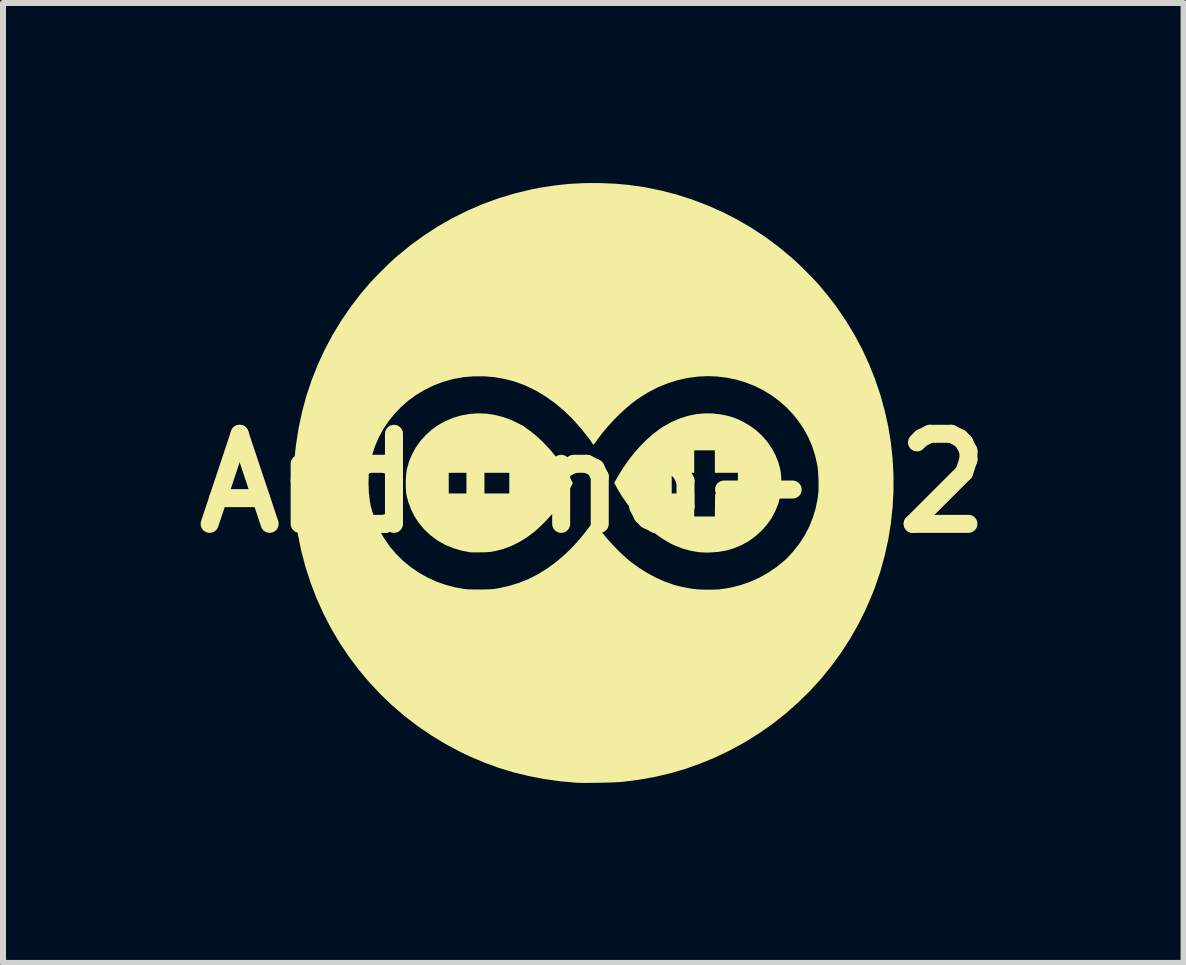
<source format=kicad_pcb>
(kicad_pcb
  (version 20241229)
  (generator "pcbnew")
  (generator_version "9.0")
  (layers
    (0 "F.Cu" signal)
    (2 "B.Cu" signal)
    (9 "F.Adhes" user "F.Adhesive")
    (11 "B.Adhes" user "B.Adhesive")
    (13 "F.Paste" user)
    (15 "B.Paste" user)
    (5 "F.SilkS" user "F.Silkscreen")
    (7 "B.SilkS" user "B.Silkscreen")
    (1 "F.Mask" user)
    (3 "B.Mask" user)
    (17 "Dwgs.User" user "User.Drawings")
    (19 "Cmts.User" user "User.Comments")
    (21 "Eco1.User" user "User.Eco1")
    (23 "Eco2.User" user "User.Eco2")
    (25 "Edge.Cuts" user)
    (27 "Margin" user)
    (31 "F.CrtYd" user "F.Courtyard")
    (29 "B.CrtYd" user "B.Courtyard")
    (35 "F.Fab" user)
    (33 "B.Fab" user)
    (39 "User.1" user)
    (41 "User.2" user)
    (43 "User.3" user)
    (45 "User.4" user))
  (footprint "Arduino-02"
    (layer "F.Cu")
    (at 6.836 5)
    (property "Reference" "Arduino-02" (at 0 0 0) (layer "F.SilkS") (effects (font (size 1.5 1.5) (thickness 0.3))))
    (attr board_only exclude_from_pos_files exclude_from_bom)
    (fp_poly (pts (xy 1.991 -1.161) (xy 2.13 -1.144) (xy 2.161 -1.138) (xy 2.236 -1.122) (xy 2.302 -1.104) (xy 2.363 -1.082) (xy 2.426 -1.056) (xy 2.483 -1.028) (xy 2.6 -0.962) (xy 2.709 -0.884) (xy 2.807 -0.794) (xy 2.894 -0.696) (xy 2.969 -0.588) (xy 3.032 -0.473) (xy 3.081 -0.351) (xy 3.114 -0.234) (xy 3.123 -0.181) (xy 3.129 -0.118) (xy 3.132 -0.048) (xy 3.133 0.023) (xy 3.131 0.093) (xy 3.126 0.156) (xy 3.118 0.208) (xy 3.118 0.211) (xy 3.082 0.342) (xy 3.032 0.467) (xy 2.969 0.584) (xy 2.892 0.693) (xy 2.807 0.789) (xy 2.704 0.882) (xy 2.593 0.963) (xy 2.474 1.03) (xy 2.349 1.083) (xy 2.217 1.122) (xy 2.081 1.146) (xy 1.94 1.156) (xy 1.904 1.156) (xy 1.859 1.156) (xy 1.814 1.154) (xy 1.775 1.152) (xy 1.746 1.149) (xy 1.744 1.149) (xy 1.613 1.125) (xy 1.482 1.088) (xy 1.357 1.039) (xy 1.285 1.005) (xy 1.149 0.925) (xy 1.018 0.831) (xy 0.892 0.723) (xy 0.771 0.601) (xy 0.653 0.464) (xy 0.54 0.311) (xy 0.487 0.233) (xy 0.46 0.191) (xy 0.448 0.172) (xy 1.306 0.172) (xy 1.494 0.172) (xy 1.681 0.172) (xy 1.681 0.364) (xy 1.681 0.555) (xy 1.853 0.555) (xy 2.025 0.555) (xy 2.027 0.366) (xy 2.029 0.176) (xy 2.219 0.174) (xy 2.409 0.172) (xy 2.409 -0.000139) (xy 2.409 -0.172) (xy 2.217 -0.172) (xy 2.025 -0.172) (xy 2.025 -0.36) (xy 2.025 -0.547) (xy 1.853 -0.547) (xy 1.681 -0.547) (xy 1.681 -0.36) (xy 1.681 -0.172) (xy 1.494 -0.172) (xy 1.306 -0.172) (xy 1.306 0) (xy 1.306 0.172) (xy 0.448 0.172) (xy 0.433 0.147) (xy 0.408 0.105) (xy 0.388 0.071) (xy 0.384 0.061) (xy 0.349 -0.005) (xy 0.395 -0.087) (xy 0.481 -0.23) (xy 0.575 -0.367) (xy 0.676 -0.497) (xy 0.782 -0.618) (xy 0.892 -0.728) (xy 1.004 -0.826) (xy 1.118 -0.911) (xy 1.171 -0.946) (xy 1.302 -1.018) (xy 1.436 -1.076) (xy 1.573 -1.12) (xy 1.712 -1.149) (xy 1.851 -1.162)) (stroke (width 0) (type solid)) (fill yes) (layer "F.SilkS"))
    (fp_poly (pts (xy -1.785 -1.158) (xy -1.646 -1.138) (xy -1.508 -1.103) (xy -1.372 -1.054) (xy -1.239 -0.99) (xy -1.163 -0.946) (xy -1.056 -0.872) (xy -0.948 -0.785) (xy -0.841 -0.686) (xy -0.737 -0.576) (xy -0.637 -0.458) (xy -0.542 -0.332) (xy -0.503 -0.275) (xy -0.478 -0.236) (xy -0.451 -0.194) (xy -0.425 -0.151) (xy -0.4 -0.109) (xy -0.378 -0.071) (xy -0.361 -0.04) (xy -0.349 -0.016) (xy -0.344 -0.004) (xy -0.344 -0.003) (xy -0.348 0.012) (xy -0.361 0.037) (xy -0.38 0.072) (xy -0.404 0.114) (xy -0.433 0.161) (xy -0.466 0.211) (xy -0.5 0.264) (xy -0.535 0.316) (xy -0.57 0.366) (xy -0.603 0.412) (xy -0.629 0.445) (xy -0.666 0.492) (xy -0.713 0.544) (xy -0.764 0.6) (xy -0.818 0.656) (xy -0.872 0.71) (xy -0.923 0.758) (xy -0.968 0.798) (xy -0.981 0.809) (xy -1.108 0.904) (xy -1.236 0.983) (xy -1.368 1.048) (xy -1.502 1.097) (xy -1.63 1.131) (xy -1.668 1.138) (xy -1.703 1.144) (xy -1.74 1.148) (xy -1.781 1.151) (xy -1.831 1.153) (xy -1.877 1.153) (xy -1.926 1.154) (xy -1.971 1.154) (xy -2.009 1.154) (xy -2.037 1.153) (xy -2.052 1.153) (xy -2.053 1.152) (xy -2.198 1.124) (xy -2.333 1.084) (xy -2.458 1.033) (xy -2.573 0.97) (xy -2.609 0.947) (xy -2.719 0.864) (xy -2.818 0.77) (xy -2.904 0.668) (xy -2.977 0.557) (xy -3.037 0.438) (xy -3.084 0.312) (xy -3.11 0.211) (xy -3.118 0.16) (xy -3.123 0.098) (xy -3.125 0.028) (xy -3.125 -0.043) (xy -3.121 -0.113) (xy -3.116 -0.172) (xy -2.409 -0.172) (xy -2.409 0) (xy -2.409 0.172) (xy -1.857 0.172) (xy -1.306 0.172) (xy -1.306 0) (xy -1.306 -0.172) (xy -1.857 -0.172) (xy -2.409 -0.172) (xy -3.116 -0.172) (xy -3.115 -0.177) (xy -3.107 -0.231) (xy -3.106 -0.234) (xy -3.07 -0.362) (xy -3.019 -0.483) (xy -2.956 -0.598) (xy -2.88 -0.704) (xy -2.792 -0.801) (xy -2.694 -0.889) (xy -2.586 -0.967) (xy -2.468 -1.032) (xy -2.342 -1.086) (xy -2.336 -1.088) (xy -2.201 -1.128) (xy -2.063 -1.153) (xy -1.924 -1.163)) (stroke (width 0) (type solid)) (fill yes) (layer "F.SilkS"))
    (fp_poly (pts (xy 0.364 -4.989) (xy 0.587 -4.969) (xy 0.855 -4.931) (xy 1.121 -4.877) (xy 1.385 -4.809) (xy 1.644 -4.726) (xy 1.899 -4.629) (xy 2.149 -4.519) (xy 2.393 -4.394) (xy 2.629 -4.257) (xy 2.858 -4.107) (xy 3.078 -3.944) (xy 3.289 -3.77) (xy 3.335 -3.729) (xy 3.383 -3.685) (xy 3.438 -3.633) (xy 3.498 -3.575) (xy 3.559 -3.514) (xy 3.619 -3.453) (xy 3.675 -3.395) (xy 3.724 -3.342) (xy 3.76 -3.303) (xy 3.796 -3.26) (xy 3.839 -3.208) (xy 3.886 -3.151) (xy 3.934 -3.09) (xy 3.98 -3.031) (xy 4.022 -2.977) (xy 4.052 -2.936) (xy 4.208 -2.708) (xy 4.351 -2.472) (xy 4.48 -2.23) (xy 4.594 -1.983) (xy 4.695 -1.73) (xy 4.782 -1.473) (xy 4.854 -1.213) (xy 4.913 -0.949) (xy 4.957 -0.682) (xy 4.986 -0.413) (xy 5.001 -0.144) (xy 5.002 0.127) (xy 4.987 0.398) (xy 4.958 0.668) (xy 4.915 0.937) (xy 4.856 1.204) (xy 4.783 1.47) (xy 4.694 1.732) (xy 4.647 1.853) (xy 4.537 2.108) (xy 4.414 2.355) (xy 4.277 2.595) (xy 4.128 2.826) (xy 3.966 3.048) (xy 3.793 3.261) (xy 3.608 3.464) (xy 3.412 3.656) (xy 3.206 3.838) (xy 2.99 4.009) (xy 2.764 4.167) (xy 2.53 4.314) (xy 2.286 4.448) (xy 2.26 4.461) (xy 2.018 4.576) (xy 1.774 4.676) (xy 1.527 4.763) (xy 1.276 4.836) (xy 1.019 4.896) (xy 0.754 4.943) (xy 0.481 4.978) (xy 0.477 4.978) (xy 0.443 4.981) (xy 0.395 4.983) (xy 0.338 4.986) (xy 0.272 4.988) (xy 0.2 4.99) (xy 0.125 4.992) (xy 0.05 4.993) (xy -0.025 4.994) (xy -0.095 4.995) (xy -0.158 4.995) (xy -0.213 4.994) (xy -0.257 4.993) (xy -0.282 4.992) (xy -0.557 4.967) (xy -0.822 4.93) (xy -1.079 4.88) (xy -1.329 4.819) (xy -1.574 4.745) (xy -1.814 4.657) (xy -2.051 4.557) (xy -2.221 4.476) (xy -2.467 4.344) (xy -2.704 4.2) (xy -2.932 4.044) (xy -3.15 3.877) (xy -3.358 3.698) (xy -3.555 3.509) (xy -3.741 3.309) (xy -3.916 3.1) (xy -4.079 2.882) (xy -4.231 2.655) (xy -4.369 2.42) (xy -4.495 2.177) (xy -4.608 1.927) (xy -4.707 1.67) (xy -4.793 1.407) (xy -4.864 1.137) (xy -4.876 1.086) (xy -4.921 0.859) (xy -4.955 0.633) (xy -4.978 0.404) (xy -4.99 0.168) (xy -4.992 0.013) (xy -3.746 0.013) (xy -3.74 0.162) (xy -3.722 0.308) (xy -3.707 0.385) (xy -3.681 0.482) (xy -3.647 0.585) (xy -3.605 0.69) (xy -3.557 0.792) (xy -3.506 0.886) (xy -3.489 0.913) (xy -3.397 1.048) (xy -3.292 1.173) (xy -3.176 1.289) (xy -3.05 1.393) (xy -2.915 1.487) (xy -2.771 1.569) (xy -2.621 1.638) (xy -2.463 1.694) (xy -2.302 1.736) (xy -2.245 1.747) (xy -2.196 1.756) (xy -2.151 1.763) (xy -2.106 1.768) (xy -2.059 1.771) (xy -2.005 1.772) (xy -1.942 1.772) (xy -1.873 1.772) (xy -1.804 1.771) (xy -1.748 1.769) (xy -1.702 1.767) (xy -1.663 1.764) (xy -1.627 1.759) (xy -1.592 1.754) (xy -1.586 1.753) (xy -1.41 1.714) (xy -1.24 1.662) (xy -1.077 1.596) (xy -0.919 1.516) (xy -0.766 1.421) (xy -0.618 1.312) (xy -0.474 1.189) (xy -0.384 1.102) (xy -0.307 1.022) (xy -0.232 0.938) (xy -0.157 0.847) (xy -0.08 0.746) (xy -0.009 0.65) (xy 0.004 0.631) (xy 0.072 0.724) (xy 0.147 0.823) (xy 0.23 0.924) (xy 0.319 1.023) (xy 0.409 1.117) (xy 0.5 1.204) (xy 0.587 1.281) (xy 0.618 1.306) (xy 0.751 1.404) (xy 0.891 1.493) (xy 1.036 1.571) (xy 1.183 1.637) (xy 1.329 1.69) (xy 1.363 1.7) (xy 1.418 1.715) (xy 1.482 1.729) (xy 1.551 1.743) (xy 1.619 1.755) (xy 1.679 1.765) (xy 1.701 1.767) (xy 1.746 1.771) (xy 1.802 1.773) (xy 1.865 1.775) (xy 1.931 1.775) (xy 1.997 1.774) (xy 2.057 1.772) (xy 2.108 1.769) (xy 2.125 1.767) (xy 2.29 1.741) (xy 2.452 1.7) (xy 2.61 1.645) (xy 2.764 1.576) (xy 2.911 1.494) (xy 3.05 1.4) (xy 3.18 1.294) (xy 3.221 1.256) (xy 3.242 1.235) (xy 3.27 1.205) (xy 3.301 1.171) (xy 3.332 1.136) (xy 3.337 1.13) (xy 3.437 1.002) (xy 3.524 0.866) (xy 3.599 0.722) (xy 3.659 0.571) (xy 3.706 0.414) (xy 3.738 0.253) (xy 3.746 0.188) (xy 3.751 0.134) (xy 3.753 0.069) (xy 3.753 -0.004) (xy 3.751 -0.079) (xy 3.747 -0.153) (xy 3.742 -0.222) (xy 3.735 -0.281) (xy 3.731 -0.305) (xy 3.695 -0.464) (xy 3.646 -0.616) (xy 3.583 -0.762) (xy 3.507 -0.901) (xy 3.42 -1.031) (xy 3.321 -1.154) (xy 3.213 -1.267) (xy 3.095 -1.37) (xy 2.968 -1.464) (xy 2.832 -1.547) (xy 2.69 -1.618) (xy 2.541 -1.677) (xy 2.385 -1.724) (xy 2.225 -1.757) (xy 2.06 -1.777) (xy 1.912 -1.783) (xy 1.74 -1.775) (xy 1.569 -1.752) (xy 1.4 -1.714) (xy 1.234 -1.661) (xy 1.072 -1.595) (xy 0.915 -1.514) (xy 0.763 -1.419) (xy 0.731 -1.397) (xy 0.633 -1.323) (xy 0.533 -1.237) (xy 0.431 -1.144) (xy 0.333 -1.044) (xy 0.239 -0.941) (xy 0.153 -0.839) (xy 0.077 -0.739) (xy 0.052 -0.702) (xy 0.029 -0.67) (xy 0.011 -0.65) (xy -0.001 -0.641) (xy -0.007 -0.644) (xy -0.008 -0.649) (xy -0.012 -0.657) (xy -0.025 -0.676) (xy -0.043 -0.702) (xy -0.066 -0.734) (xy -0.079 -0.752) (xy -0.212 -0.919) (xy -0.349 -1.072) (xy -0.492 -1.21) (xy -0.64 -1.334) (xy -0.793 -1.443) (xy -0.95 -1.538) (xy -1.112 -1.617) (xy -1.157 -1.637) (xy -1.317 -1.694) (xy -1.481 -1.737) (xy -1.65 -1.766) (xy -1.82 -1.78) (xy -1.991 -1.78) (xy -2.161 -1.766) (xy -2.327 -1.736) (xy -2.35 -1.731) (xy -2.51 -1.685) (xy -2.664 -1.626) (xy -2.811 -1.554) (xy -2.95 -1.471) (xy -3.081 -1.376) (xy -3.202 -1.27) (xy -3.312 -1.155) (xy -3.412 -1.03) (xy -3.501 -0.897) (xy -3.577 -0.757) (xy -3.64 -0.609) (xy -3.689 -0.455) (xy -3.698 -0.422) (xy -3.726 -0.283) (xy -3.742 -0.137) (xy -3.746 0.013) (xy -4.992 0.013) (xy -4.993 0) (xy -4.992 -0.111) (xy -4.99 -0.21) (xy -4.986 -0.303) (xy -4.98 -0.393) (xy -4.971 -0.486) (xy -4.96 -0.585) (xy -4.954 -0.637) (xy -4.911 -0.913) (xy -4.854 -1.184) (xy -4.782 -1.451) (xy -4.695 -1.712) (xy -4.593 -1.969) (xy -4.478 -2.219) (xy -4.348 -2.463) (xy -4.205 -2.7) (xy -4.048 -2.93) (xy -3.877 -3.153) (xy -3.732 -3.324) (xy -3.691 -3.369) (xy -3.641 -3.421) (xy -3.585 -3.479) (xy -3.525 -3.539) (xy -3.464 -3.6) (xy -3.404 -3.658) (xy -3.348 -3.711) (xy -3.298 -3.756) (xy -3.269 -3.782) (xy -3.048 -3.962) (xy -2.82 -4.128) (xy -2.586 -4.28) (xy -2.345 -4.417) (xy -2.097 -4.54) (xy -1.843 -4.65) (xy -1.582 -4.745) (xy -1.314 -4.826) (xy -1.04 -4.892) (xy -0.888 -4.923) (xy -0.647 -4.96) (xy -0.399 -4.986) (xy -0.146 -4.999) (xy 0.109 -5)) (stroke (width 0) (type solid)) (fill yes) (layer "F.SilkS")))
  (gr_rect
    (start -3 -3)
    (end 16.671 12.995)
    (stroke (width 0.1) (type default))
    (fill no)
    (layer "Edge.Cuts")))
</source>
